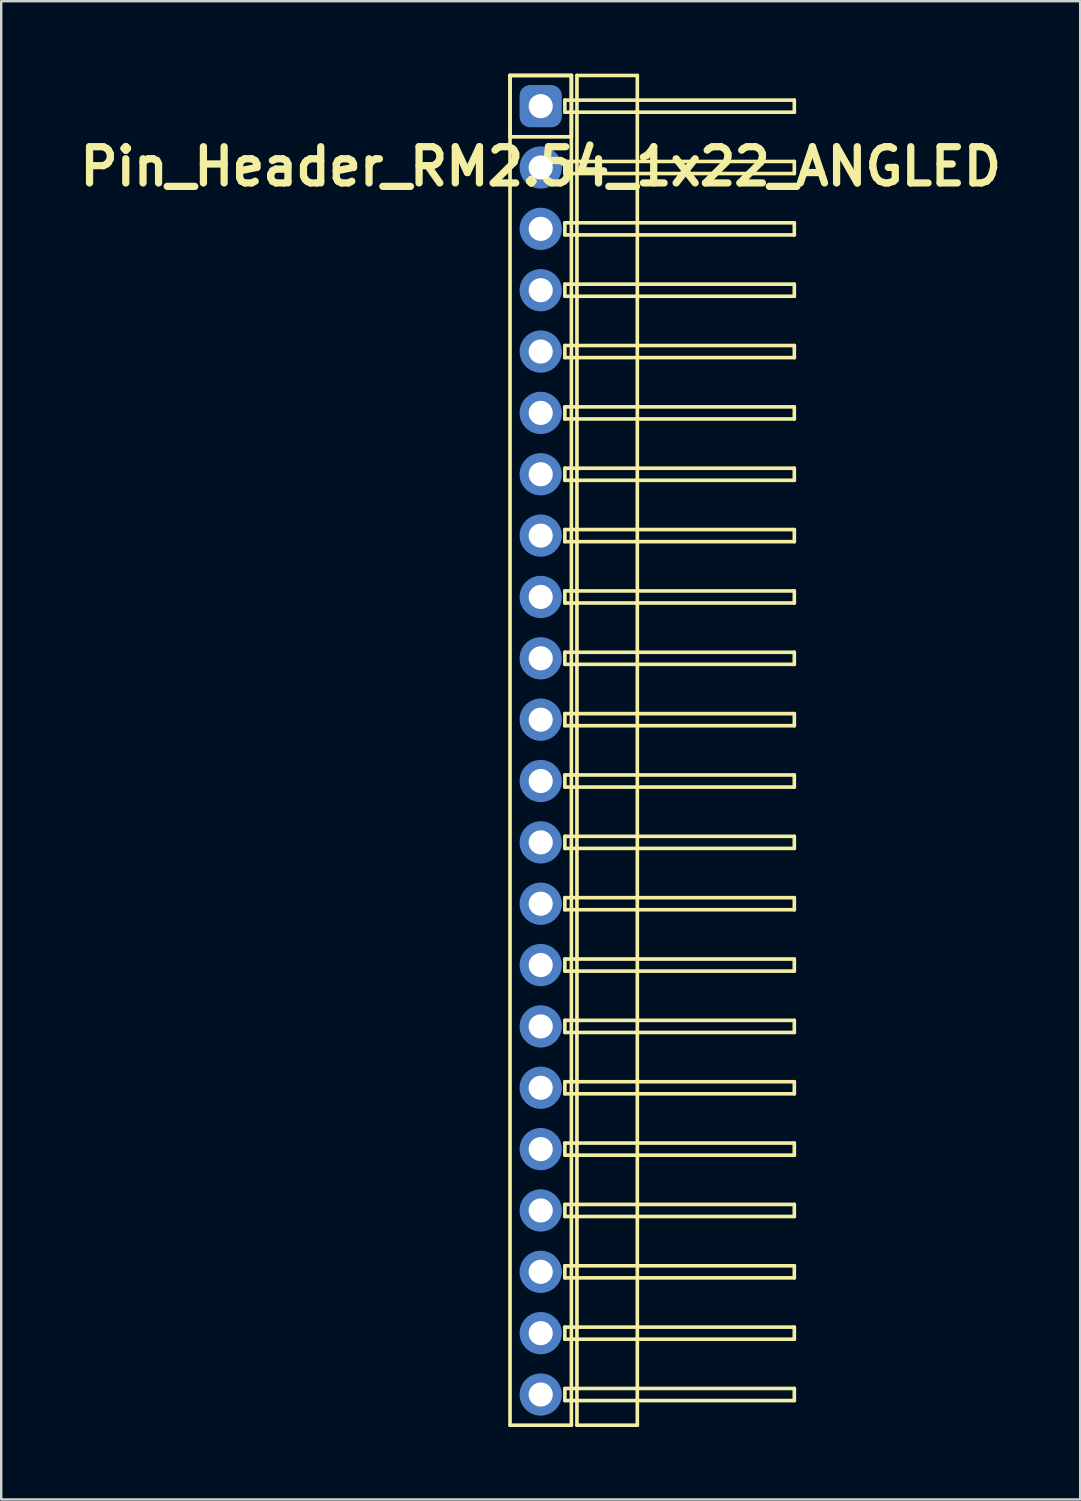
<source format=kicad_pcb>
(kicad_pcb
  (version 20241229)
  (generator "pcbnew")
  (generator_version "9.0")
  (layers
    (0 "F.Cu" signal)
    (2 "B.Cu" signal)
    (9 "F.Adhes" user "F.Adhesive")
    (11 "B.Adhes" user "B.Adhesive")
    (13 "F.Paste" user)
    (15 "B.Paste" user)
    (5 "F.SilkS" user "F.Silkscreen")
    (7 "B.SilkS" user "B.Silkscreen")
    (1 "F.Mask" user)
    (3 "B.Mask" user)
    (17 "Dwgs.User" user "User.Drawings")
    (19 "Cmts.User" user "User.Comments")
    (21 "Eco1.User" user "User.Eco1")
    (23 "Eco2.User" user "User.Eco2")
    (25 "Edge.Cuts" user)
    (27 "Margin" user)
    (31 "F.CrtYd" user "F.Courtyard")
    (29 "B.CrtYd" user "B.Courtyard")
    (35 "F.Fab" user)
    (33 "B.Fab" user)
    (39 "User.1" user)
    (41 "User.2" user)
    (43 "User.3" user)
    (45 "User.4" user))
  (footprint "Pin_Header_RM2.54_1x22_ANGLED"
    (layer "F.Cu")
    (at 19.336 1.345)
    (property "Reference" "Pin_Header_RM2.54_1x22_ANGLED" (at 0 2.5 0) (layer "F.SilkS") (effects (font (size 1.5 1.5) (thickness 0.3))))
    (attr through_hole)
    (fp_line (start -1.27 -1.27) (end 1.27 -1.27) (stroke (width 0.15) (type solid)) (layer "F.SilkS"))
    (fp_line (start -1.27 -1.27) (end 1.27 -1.27) (stroke (width 0.15) (type solid)) (layer "F.SilkS"))
    (fp_line (start -1.27 1.27) (end -1.27 -1.27) (stroke (width 0.15) (type solid)) (layer "F.SilkS"))
    (fp_line (start -1.27 54.61) (end -1.27 -1.27) (stroke (width 0.15) (type solid)) (layer "F.SilkS"))
    (fp_line (start 1 -0.25) (end 10.5 -0.25) (stroke (width 0.15) (type solid)) (layer "F.SilkS"))
    (fp_line (start 1 0.25) (end 1 -0.25) (stroke (width 0.15) (type solid)) (layer "F.SilkS"))
    (fp_line (start 1 2.29) (end 10.5 2.29) (stroke (width 0.15) (type solid)) (layer "F.SilkS"))
    (fp_line (start 1 2.79) (end 1 2.29) (stroke (width 0.15) (type solid)) (layer "F.SilkS"))
    (fp_line (start 1 4.83) (end 10.5 4.83) (stroke (width 0.15) (type solid)) (layer "F.SilkS"))
    (fp_line (start 1 5.33) (end 1 4.83) (stroke (width 0.15) (type solid)) (layer "F.SilkS"))
    (fp_line (start 1 7.37) (end 10.5 7.37) (stroke (width 0.15) (type solid)) (layer "F.SilkS"))
    (fp_line (start 1 7.87) (end 1 7.37) (stroke (width 0.15) (type solid)) (layer "F.SilkS"))
    (fp_line (start 1 9.91) (end 10.5 9.91) (stroke (width 0.15) (type solid)) (layer "F.SilkS"))
    (fp_line (start 1 10.41) (end 1 9.91) (stroke (width 0.15) (type solid)) (layer "F.SilkS"))
    (fp_line (start 1 12.45) (end 10.5 12.45) (stroke (width 0.15) (type solid)) (layer "F.SilkS"))
    (fp_line (start 1 12.95) (end 1 12.45) (stroke (width 0.15) (type solid)) (layer "F.SilkS"))
    (fp_line (start 1 14.99) (end 10.5 14.99) (stroke (width 0.15) (type solid)) (layer "F.SilkS"))
    (fp_line (start 1 15.49) (end 1 14.99) (stroke (width 0.15) (type solid)) (layer "F.SilkS"))
    (fp_line (start 1 17.53) (end 10.5 17.53) (stroke (width 0.15) (type solid)) (layer "F.SilkS"))
    (fp_line (start 1 18.03) (end 1 17.53) (stroke (width 0.15) (type solid)) (layer "F.SilkS"))
    (fp_line (start 1 20.07) (end 10.5 20.07) (stroke (width 0.15) (type solid)) (layer "F.SilkS"))
    (fp_line (start 1 20.57) (end 1 20.07) (stroke (width 0.15) (type solid)) (layer "F.SilkS"))
    (fp_line (start 1 22.61) (end 10.5 22.61) (stroke (width 0.15) (type solid)) (layer "F.SilkS"))
    (fp_line (start 1 23.11) (end 1 22.61) (stroke (width 0.15) (type solid)) (layer "F.SilkS"))
    (fp_line (start 1 25.15) (end 10.5 25.15) (stroke (width 0.15) (type solid)) (layer "F.SilkS"))
    (fp_line (start 1 25.65) (end 1 25.15) (stroke (width 0.15) (type solid)) (layer "F.SilkS"))
    (fp_line (start 1 27.69) (end 10.5 27.69) (stroke (width 0.15) (type solid)) (layer "F.SilkS"))
    (fp_line (start 1 28.19) (end 1 27.69) (stroke (width 0.15) (type solid)) (layer "F.SilkS"))
    (fp_line (start 1 30.23) (end 10.5 30.23) (stroke (width 0.15) (type solid)) (layer "F.SilkS"))
    (fp_line (start 1 30.73) (end 1 30.23) (stroke (width 0.15) (type solid)) (layer "F.SilkS"))
    (fp_line (start 1 32.77) (end 10.5 32.77) (stroke (width 0.15) (type solid)) (layer "F.SilkS"))
    (fp_line (start 1 33.27) (end 1 32.77) (stroke (width 0.15) (type solid)) (layer "F.SilkS"))
    (fp_line (start 1 35.31) (end 10.5 35.31) (stroke (width 0.15) (type solid)) (layer "F.SilkS"))
    (fp_line (start 1 35.81) (end 1 35.31) (stroke (width 0.15) (type solid)) (layer "F.SilkS"))
    (fp_line (start 1 37.85) (end 10.5 37.85) (stroke (width 0.15) (type solid)) (layer "F.SilkS"))
    (fp_line (start 1 38.35) (end 1 37.85) (stroke (width 0.15) (type solid)) (layer "F.SilkS"))
    (fp_line (start 1 40.39) (end 10.5 40.39) (stroke (width 0.15) (type solid)) (layer "F.SilkS"))
    (fp_line (start 1 40.89) (end 1 40.39) (stroke (width 0.15) (type solid)) (layer "F.SilkS"))
    (fp_line (start 1 42.93) (end 10.5 42.93) (stroke (width 0.15) (type solid)) (layer "F.SilkS"))
    (fp_line (start 1 43.43) (end 1 42.93) (stroke (width 0.15) (type solid)) (layer "F.SilkS"))
    (fp_line (start 1 45.47) (end 10.5 45.47) (stroke (width 0.15) (type solid)) (layer "F.SilkS"))
    (fp_line (start 1 45.97) (end 1 45.47) (stroke (width 0.15) (type solid)) (layer "F.SilkS"))
    (fp_line (start 1 48.01) (end 10.5 48.01) (stroke (width 0.15) (type solid)) (layer "F.SilkS"))
    (fp_line (start 1 48.51) (end 1 48.01) (stroke (width 0.15) (type solid)) (layer "F.SilkS"))
    (fp_line (start 1 50.55) (end 10.5 50.55) (stroke (width 0.15) (type solid)) (layer "F.SilkS"))
    (fp_line (start 1 51.05) (end 1 50.55) (stroke (width 0.15) (type solid)) (layer "F.SilkS"))
    (fp_line (start 1 53.09) (end 10.5 53.09) (stroke (width 0.15) (type solid)) (layer "F.SilkS"))
    (fp_line (start 1 53.59) (end 1 53.09) (stroke (width 0.15) (type solid)) (layer "F.SilkS"))
    (fp_line (start 1.27 -1.27) (end 1.27 1.27) (stroke (width 0.15) (type solid)) (layer "F.SilkS"))
    (fp_line (start 1.27 -1.27) (end 1.27 54.61) (stroke (width 0.15) (type solid)) (layer "F.SilkS"))
    (fp_line (start 1.27 1.27) (end -1.27 1.27) (stroke (width 0.15) (type solid)) (layer "F.SilkS"))
    (fp_line (start 1.27 54.61) (end -1.27 54.61) (stroke (width 0.15) (type solid)) (layer "F.SilkS"))
    (fp_line (start 1.5 -1.27) (end 4 -1.27) (stroke (width 0.15) (type solid)) (layer "F.SilkS"))
    (fp_line (start 1.5 54.61) (end 1.5 -1.27) (stroke (width 0.15) (type solid)) (layer "F.SilkS"))
    (fp_line (start 4 -1.27) (end 4 54.61) (stroke (width 0.15) (type solid)) (layer "F.SilkS"))
    (fp_line (start 4 54.61) (end 1.5 54.61) (stroke (width 0.15) (type solid)) (layer "F.SilkS"))
    (fp_line (start 10.5 -0.25) (end 10.5 0.25) (stroke (width 0.15) (type solid)) (layer "F.SilkS"))
    (fp_line (start 10.5 0.25) (end 1 0.25) (stroke (width 0.15) (type solid)) (layer "F.SilkS"))
    (fp_line (start 10.5 2.29) (end 10.5 2.79) (stroke (width 0.15) (type solid)) (layer "F.SilkS"))
    (fp_line (start 10.5 2.79) (end 1 2.79) (stroke (width 0.15) (type solid)) (layer "F.SilkS"))
    (fp_line (start 10.5 4.83) (end 10.5 5.33) (stroke (width 0.15) (type solid)) (layer "F.SilkS"))
    (fp_line (start 10.5 5.33) (end 1 5.33) (stroke (width 0.15) (type solid)) (layer "F.SilkS"))
    (fp_line (start 10.5 7.37) (end 10.5 7.87) (stroke (width 0.15) (type solid)) (layer "F.SilkS"))
    (fp_line (start 10.5 7.87) (end 1 7.87) (stroke (width 0.15) (type solid)) (layer "F.SilkS"))
    (fp_line (start 10.5 9.91) (end 10.5 10.41) (stroke (width 0.15) (type solid)) (layer "F.SilkS"))
    (fp_line (start 10.5 10.41) (end 1 10.41) (stroke (width 0.15) (type solid)) (layer "F.SilkS"))
    (fp_line (start 10.5 12.45) (end 10.5 12.95) (stroke (width 0.15) (type solid)) (layer "F.SilkS"))
    (fp_line (start 10.5 12.95) (end 1 12.95) (stroke (width 0.15) (type solid)) (layer "F.SilkS"))
    (fp_line (start 10.5 14.99) (end 10.5 15.49) (stroke (width 0.15) (type solid)) (layer "F.SilkS"))
    (fp_line (start 10.5 15.49) (end 1 15.49) (stroke (width 0.15) (type solid)) (layer "F.SilkS"))
    (fp_line (start 10.5 17.53) (end 10.5 18.03) (stroke (width 0.15) (type solid)) (layer "F.SilkS"))
    (fp_line (start 10.5 18.03) (end 1 18.03) (stroke (width 0.15) (type solid)) (layer "F.SilkS"))
    (fp_line (start 10.5 20.07) (end 10.5 20.57) (stroke (width 0.15) (type solid)) (layer "F.SilkS"))
    (fp_line (start 10.5 20.57) (end 1 20.57) (stroke (width 0.15) (type solid)) (layer "F.SilkS"))
    (fp_line (start 10.5 22.61) (end 10.5 23.11) (stroke (width 0.15) (type solid)) (layer "F.SilkS"))
    (fp_line (start 10.5 23.11) (end 1 23.11) (stroke (width 0.15) (type solid)) (layer "F.SilkS"))
    (fp_line (start 10.5 25.15) (end 10.5 25.65) (stroke (width 0.15) (type solid)) (layer "F.SilkS"))
    (fp_line (start 10.5 25.65) (end 1 25.65) (stroke (width 0.15) (type solid)) (layer "F.SilkS"))
    (fp_line (start 10.5 27.69) (end 10.5 28.19) (stroke (width 0.15) (type solid)) (layer "F.SilkS"))
    (fp_line (start 10.5 28.19) (end 1 28.19) (stroke (width 0.15) (type solid)) (layer "F.SilkS"))
    (fp_line (start 10.5 30.23) (end 10.5 30.73) (stroke (width 0.15) (type solid)) (layer "F.SilkS"))
    (fp_line (start 10.5 30.73) (end 1 30.73) (stroke (width 0.15) (type solid)) (layer "F.SilkS"))
    (fp_line (start 10.5 32.77) (end 10.5 33.27) (stroke (width 0.15) (type solid)) (layer "F.SilkS"))
    (fp_line (start 10.5 33.27) (end 1 33.27) (stroke (width 0.15) (type solid)) (layer "F.SilkS"))
    (fp_line (start 10.5 35.31) (end 10.5 35.81) (stroke (width 0.15) (type solid)) (layer "F.SilkS"))
    (fp_line (start 10.5 35.81) (end 1 35.81) (stroke (width 0.15) (type solid)) (layer "F.SilkS"))
    (fp_line (start 10.5 37.85) (end 10.5 38.35) (stroke (width 0.15) (type solid)) (layer "F.SilkS"))
    (fp_line (start 10.5 38.35) (end 1 38.35) (stroke (width 0.15) (type solid)) (layer "F.SilkS"))
    (fp_line (start 10.5 40.39) (end 10.5 40.89) (stroke (width 0.15) (type solid)) (layer "F.SilkS"))
    (fp_line (start 10.5 40.89) (end 1 40.89) (stroke (width 0.15) (type solid)) (layer "F.SilkS"))
    (fp_line (start 10.5 42.93) (end 10.5 43.43) (stroke (width 0.15) (type solid)) (layer "F.SilkS"))
    (fp_line (start 10.5 43.43) (end 1 43.43) (stroke (width 0.15) (type solid)) (layer "F.SilkS"))
    (fp_line (start 10.5 45.47) (end 10.5 45.97) (stroke (width 0.15) (type solid)) (layer "F.SilkS"))
    (fp_line (start 10.5 45.97) (end 1 45.97) (stroke (width 0.15) (type solid)) (layer "F.SilkS"))
    (fp_line (start 10.5 48.01) (end 10.5 48.51) (stroke (width 0.15) (type solid)) (layer "F.SilkS"))
    (fp_line (start 10.5 48.51) (end 1 48.51) (stroke (width 0.15) (type solid)) (layer "F.SilkS"))
    (fp_line (start 10.5 50.55) (end 10.5 51.05) (stroke (width 0.15) (type solid)) (layer "F.SilkS"))
    (fp_line (start 10.5 51.05) (end 1 51.05) (stroke (width 0.15) (type solid)) (layer "F.SilkS"))
    (fp_line (start 10.5 53.09) (end 10.5 53.59) (stroke (width 0.15) (type solid)) (layer "F.SilkS"))
    (fp_line (start 10.5 53.59) (end 1 53.59) (stroke (width 0.15) (type solid)) (layer "F.SilkS"))
    (pad "1" thru_hole circle (at 0 0) (size 1.3 1.3) (drill 1) (layers "*.Cu" "*.Mask"))
    (pad "1" smd roundrect (at 0 0) (size 1.5 1.5) (layers "F.Cu" "F.Mask") (roundrect_rratio 0.25))
    (pad "1" smd roundrect (at 0 0) (size 1.75 1.75) (layers "B.Cu" "B.Mask") (roundrect_rratio 0.25))
    (pad "2" thru_hole circle (at 0 2.54) (size 1.3 1.3) (drill 1) (layers "*.Cu" "*.Mask"))
    (pad "2" smd circle (at 0 2.54) (size 1.5 1.5) (layers "F.Cu" "F.Mask"))
    (pad "2" smd circle (at 0 2.54) (size 1.75 1.75) (layers "B.Cu" "B.Mask"))
    (pad "3" thru_hole circle (at 0 5.08) (size 1.3 1.3) (drill 1) (layers "*.Cu" "*.Mask"))
    (pad "3" smd circle (at 0 5.08) (size 1.5 1.5) (layers "F.Cu" "F.Mask"))
    (pad "3" smd circle (at 0 5.08) (size 1.75 1.75) (layers "B.Cu" "B.Mask"))
    (pad "4" thru_hole circle (at 0 7.62) (size 1.3 1.3) (drill 1) (layers "*.Cu" "*.Mask"))
    (pad "4" smd circle (at 0 7.62) (size 1.5 1.5) (layers "F.Cu" "F.Mask"))
    (pad "4" smd circle (at 0 7.62) (size 1.75 1.75) (layers "B.Cu" "B.Mask"))
    (pad "5" thru_hole circle (at 0 10.16) (size 1.3 1.3) (drill 1) (layers "*.Cu" "*.Mask"))
    (pad "5" smd circle (at 0 10.16) (size 1.5 1.5) (layers "F.Cu" "F.Mask"))
    (pad "5" smd circle (at 0 10.16) (size 1.75 1.75) (layers "B.Cu" "B.Mask"))
    (pad "6" thru_hole circle (at 0 12.7) (size 1.3 1.3) (drill 1) (layers "*.Cu" "*.Mask"))
    (pad "6" smd circle (at 0 12.7) (size 1.5 1.5) (layers "F.Cu" "F.Mask"))
    (pad "6" smd circle (at 0 12.7) (size 1.75 1.75) (layers "B.Cu" "B.Mask"))
    (pad "7" thru_hole circle (at 0 15.24) (size 1.3 1.3) (drill 1) (layers "*.Cu" "*.Mask"))
    (pad "7" smd circle (at 0 15.24) (size 1.5 1.5) (layers "F.Cu" "F.Mask"))
    (pad "7" smd circle (at 0 15.24) (size 1.75 1.75) (layers "B.Cu" "B.Mask"))
    (pad "8" thru_hole circle (at 0 17.78) (size 1.3 1.3) (drill 1) (layers "*.Cu" "*.Mask"))
    (pad "8" smd circle (at 0 17.78) (size 1.5 1.5) (layers "F.Cu" "F.Mask"))
    (pad "8" smd circle (at 0 17.78) (size 1.75 1.75) (layers "B.Cu" "B.Mask"))
    (pad "9" thru_hole circle (at 0 20.32) (size 1.3 1.3) (drill 1) (layers "*.Cu" "*.Mask"))
    (pad "9" smd circle (at 0 20.32) (size 1.5 1.5) (layers "F.Cu" "F.Mask"))
    (pad "9" smd circle (at 0 20.32) (size 1.75 1.75) (layers "B.Cu" "B.Mask"))
    (pad "10" thru_hole circle (at 0 22.86) (size 1.3 1.3) (drill 1) (layers "*.Cu" "*.Mask"))
    (pad "10" smd circle (at 0 22.86) (size 1.5 1.5) (layers "F.Cu" "F.Mask"))
    (pad "10" smd circle (at 0 22.86) (size 1.75 1.75) (layers "B.Cu" "B.Mask"))
    (pad "11" thru_hole circle (at 0 25.4) (size 1.3 1.3) (drill 1) (layers "*.Cu" "*.Mask"))
    (pad "11" smd circle (at 0 25.4) (size 1.5 1.5) (layers "F.Cu" "F.Mask"))
    (pad "11" smd circle (at 0 25.4) (size 1.75 1.75) (layers "B.Cu" "B.Mask"))
    (pad "12" thru_hole circle (at 0 27.94) (size 1.3 1.3) (drill 1) (layers "*.Cu" "*.Mask"))
    (pad "12" smd circle (at 0 27.94) (size 1.5 1.5) (layers "F.Cu" "F.Mask"))
    (pad "12" smd circle (at 0 27.94) (size 1.75 1.75) (layers "B.Cu" "B.Mask"))
    (pad "13" thru_hole circle (at 0 30.48) (size 1.3 1.3) (drill 1) (layers "*.Cu" "*.Mask"))
    (pad "13" smd circle (at 0 30.48) (size 1.5 1.5) (layers "F.Cu" "F.Mask"))
    (pad "13" smd circle (at 0 30.48) (size 1.75 1.75) (layers "B.Cu" "B.Mask"))
    (pad "14" thru_hole circle (at 0 33.02) (size 1.3 1.3) (drill 1) (layers "*.Cu" "*.Mask"))
    (pad "14" smd circle (at 0 33.02) (size 1.5 1.5) (layers "F.Cu" "F.Mask"))
    (pad "14" smd circle (at 0 33.02) (size 1.75 1.75) (layers "B.Cu" "B.Mask"))
    (pad "15" thru_hole circle (at 0 35.56) (size 1.3 1.3) (drill 1) (layers "*.Cu" "*.Mask"))
    (pad "15" smd circle (at 0 35.56) (size 1.5 1.5) (layers "F.Cu" "F.Mask"))
    (pad "15" smd circle (at 0 35.56) (size 1.75 1.75) (layers "B.Cu" "B.Mask"))
    (pad "16" thru_hole circle (at 0 38.1) (size 1.3 1.3) (drill 1) (layers "*.Cu" "*.Mask"))
    (pad "16" smd circle (at 0 38.1) (size 1.5 1.5) (layers "F.Cu" "F.Mask"))
    (pad "16" smd circle (at 0 38.1) (size 1.75 1.75) (layers "B.Cu" "B.Mask"))
    (pad "17" thru_hole circle (at 0 40.64) (size 1.3 1.3) (drill 1) (layers "*.Cu" "*.Mask"))
    (pad "17" smd circle (at 0 40.64) (size 1.5 1.5) (layers "F.Cu" "F.Mask"))
    (pad "17" smd circle (at 0 40.64) (size 1.75 1.75) (layers "B.Cu" "B.Mask"))
    (pad "18" thru_hole circle (at 0 43.18) (size 1.3 1.3) (drill 1) (layers "*.Cu" "*.Mask"))
    (pad "18" smd circle (at 0 43.18) (size 1.5 1.5) (layers "F.Cu" "F.Mask"))
    (pad "18" smd circle (at 0 43.18) (size 1.75 1.75) (layers "B.Cu" "B.Mask"))
    (pad "19" thru_hole circle (at 0 45.72) (size 1.3 1.3) (drill 1) (layers "*.Cu" "*.Mask"))
    (pad "19" smd circle (at 0 45.72) (size 1.5 1.5) (layers "F.Cu" "F.Mask"))
    (pad "19" smd circle (at 0 45.72) (size 1.75 1.75) (layers "B.Cu" "B.Mask"))
    (pad "20" thru_hole circle (at 0 48.26) (size 1.3 1.3) (drill 1) (layers "*.Cu" "*.Mask"))
    (pad "20" smd circle (at 0 48.26) (size 1.5 1.5) (layers "F.Cu" "F.Mask"))
    (pad "20" smd circle (at 0 48.26) (size 1.75 1.75) (layers "B.Cu" "B.Mask"))
    (pad "21" thru_hole circle (at 0 50.8) (size 1.3 1.3) (drill 1) (layers "*.Cu" "*.Mask"))
    (pad "21" smd circle (at 0 50.8) (size 1.5 1.5) (layers "F.Cu" "F.Mask"))
    (pad "21" smd circle (at 0 50.8) (size 1.75 1.75) (layers "B.Cu" "B.Mask"))
    (pad "22" thru_hole circle (at 0 53.34) (size 1.3 1.3) (drill 1) (layers "*.Cu" "*.Mask"))
    (pad "22" smd circle (at 0 53.34) (size 1.5 1.5) (layers "F.Cu" "F.Mask"))
    (pad "22" smd circle (at 0 53.34) (size 1.75 1.75) (layers "B.Cu" "B.Mask")))
  (gr_rect
    (start -3 -3)
    (end 41.671 59.03)
    (stroke (width 0.1) (type default))
    (fill no)
    (layer "Edge.Cuts")))
</source>
